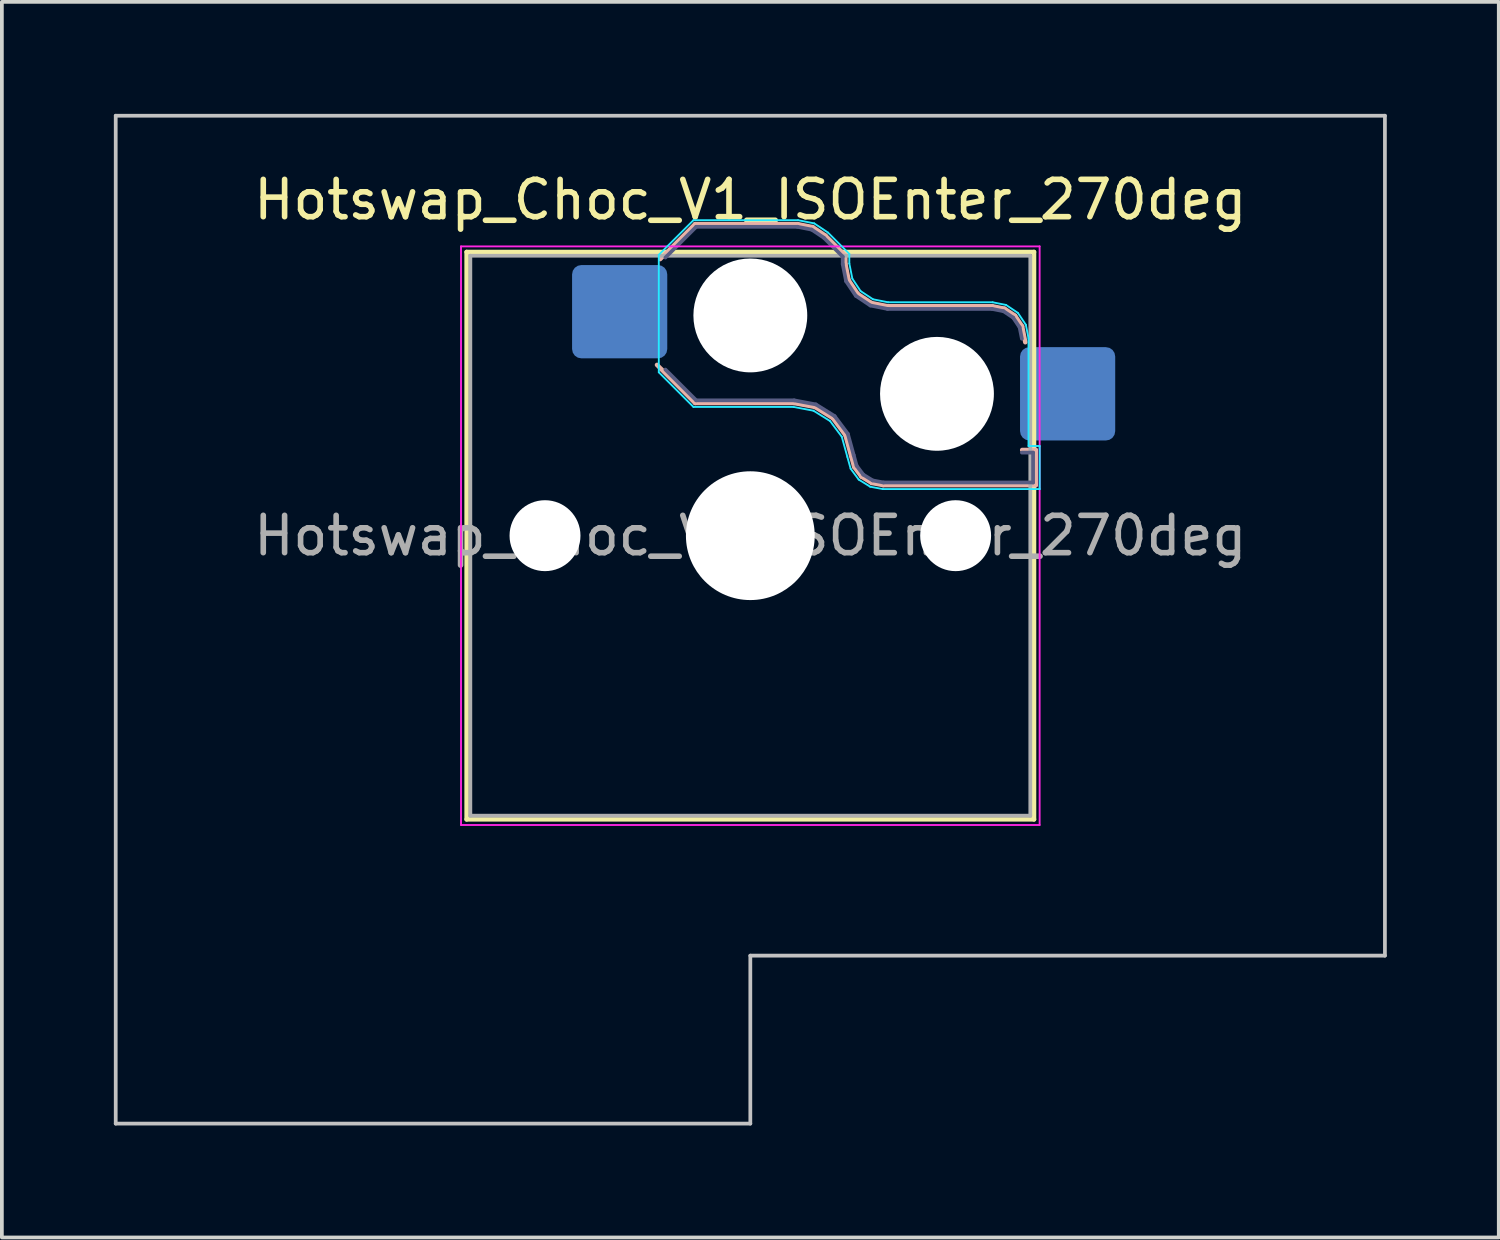
<source format=kicad_pcb>
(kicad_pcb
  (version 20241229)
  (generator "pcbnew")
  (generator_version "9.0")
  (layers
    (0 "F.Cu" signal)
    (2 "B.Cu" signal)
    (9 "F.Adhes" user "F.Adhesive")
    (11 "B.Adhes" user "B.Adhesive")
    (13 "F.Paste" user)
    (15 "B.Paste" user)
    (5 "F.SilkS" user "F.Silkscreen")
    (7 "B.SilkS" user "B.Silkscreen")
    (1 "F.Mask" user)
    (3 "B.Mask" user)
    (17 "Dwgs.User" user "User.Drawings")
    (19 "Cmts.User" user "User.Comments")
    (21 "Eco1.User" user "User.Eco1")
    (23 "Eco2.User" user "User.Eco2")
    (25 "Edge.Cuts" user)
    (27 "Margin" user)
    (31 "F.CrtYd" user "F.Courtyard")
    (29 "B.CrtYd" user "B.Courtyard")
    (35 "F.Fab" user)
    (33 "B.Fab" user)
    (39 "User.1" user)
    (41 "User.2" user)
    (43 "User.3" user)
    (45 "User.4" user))
  (footprint "Hotswap_Choc_V1_ISOEnter_270deg"
    (layer "F.Cu")
    (at 17.05 11.3)
    (property "Reference" "Hotswap_Choc_V1_ISOEnter_270deg" (at 0 -9 0) (layer "F.SilkS") (effects (font (size 1 1) (thickness 0.15))))
    (attr smd)
    (fp_line (start -7.6 -7.6) (end -7.6 7.6) (stroke (width 0.12) (type solid)) (layer "F.SilkS"))
    (fp_line (start -7.6 7.6) (end 7.6 7.6) (stroke (width 0.12) (type solid)) (layer "F.SilkS"))
    (fp_line (start 7.6 -7.6) (end -7.6 -7.6) (stroke (width 0.12) (type solid)) (layer "F.SilkS"))
    (fp_line (start 7.6 7.6) (end 7.6 -7.6) (stroke (width 0.12) (type solid)) (layer "F.SilkS"))
    (fp_line (start -2.416 -7.409) (end -1.479 -8.346) (stroke (width 0.12) (type solid)) (layer "B.SilkS"))
    (fp_line (start -1.479 -8.346) (end 1.268 -8.346) (stroke (width 0.12) (type solid)) (layer "B.SilkS"))
    (fp_line (start -1.479 -3.554) (end -2.5 -4.575) (stroke (width 0.12) (type solid)) (layer "B.SilkS"))
    (fp_line (start 1.168 -3.554) (end -1.479 -3.554) (stroke (width 0.12) (type solid)) (layer "B.SilkS"))
    (fp_line (start 1.268 -8.346) (end 1.671 -8.266) (stroke (width 0.12) (type solid)) (layer "B.SilkS"))
    (fp_line (start 1.671 -8.266) (end 2.013 -8.037) (stroke (width 0.12) (type solid)) (layer "B.SilkS"))
    (fp_line (start 1.73 -3.449) (end 1.168 -3.554) (stroke (width 0.12) (type solid)) (layer "B.SilkS"))
    (fp_line (start 2.013 -8.037) (end 2.546 -7.504) (stroke (width 0.12) (type solid)) (layer "B.SilkS"))
    (fp_line (start 2.209 -3.15) (end 1.73 -3.449) (stroke (width 0.12) (type solid)) (layer "B.SilkS"))
    (fp_line (start 2.546 -7.504) (end 2.546 -7.282) (stroke (width 0.12) (type solid)) (layer "B.SilkS"))
    (fp_line (start 2.546 -7.282) (end 2.633 -6.844) (stroke (width 0.12) (type solid)) (layer "B.SilkS"))
    (fp_line (start 2.547 -2.697) (end 2.209 -3.15) (stroke (width 0.12) (type solid)) (layer "B.SilkS"))
    (fp_line (start 2.633 -6.844) (end 2.877 -6.477) (stroke (width 0.12) (type solid)) (layer "B.SilkS"))
    (fp_line (start 2.701 -2.139) (end 2.547 -2.697) (stroke (width 0.12) (type solid)) (layer "B.SilkS"))
    (fp_line (start 2.783 -1.841) (end 2.701 -2.139) (stroke (width 0.12) (type solid)) (layer "B.SilkS"))
    (fp_line (start 2.877 -6.477) (end 3.244 -6.233) (stroke (width 0.12) (type solid)) (layer "B.SilkS"))
    (fp_line (start 2.976 -1.583) (end 2.783 -1.841) (stroke (width 0.12) (type solid)) (layer "B.SilkS"))
    (fp_line (start 3.244 -6.233) (end 3.682 -6.146) (stroke (width 0.12) (type solid)) (layer "B.SilkS"))
    (fp_line (start 3.25 -1.413) (end 2.976 -1.583) (stroke (width 0.12) (type solid)) (layer "B.SilkS"))
    (fp_line (start 3.56 -1.354) (end 3.25 -1.413) (stroke (width 0.12) (type solid)) (layer "B.SilkS"))
    (fp_line (start 3.682 -6.146) (end 6.482 -6.146) (stroke (width 0.12) (type solid)) (layer "B.SilkS"))
    (fp_line (start 6.482 -6.146) (end 6.809 -6.081) (stroke (width 0.12) (type solid)) (layer "B.SilkS"))
    (fp_line (start 6.809 -6.081) (end 7.092 -5.892) (stroke (width 0.12) (type solid)) (layer "B.SilkS"))
    (fp_line (start 7.092 -5.892) (end 7.281 -5.609) (stroke (width 0.12) (type solid)) (layer "B.SilkS"))
    (fp_line (start 7.281 -5.609) (end 7.366 -5.182) (stroke (width 0.12) (type solid)) (layer "B.SilkS"))
    (fp_line (start 7.283 -2.296) (end 7.646 -2.296) (stroke (width 0.12) (type solid)) (layer "B.SilkS"))
    (fp_line (start 7.646 -2.296) (end 7.646 -1.354) (stroke (width 0.12) (type solid)) (layer "B.SilkS"))
    (fp_line (start 7.646 -1.354) (end 3.56 -1.354) (stroke (width 0.12) (type solid)) (layer "B.SilkS"))
    (fp_line (start -17 -11.25) (end -17 15.75) (stroke (width 0.1) (type solid)) (layer "Dwgs.User"))
    (fp_line (start -17 15.75) (end 0 15.75) (stroke (width 0.1) (type solid)) (layer "Dwgs.User"))
    (fp_line (start 0 11.25) (end 17 11.25) (stroke (width 0.1) (type solid)) (layer "Dwgs.User"))
    (fp_line (start 0 15.75) (end 0 11.25) (stroke (width 0.1) (type solid)) (layer "Dwgs.User"))
    (fp_line (start 17 -11.25) (end -17 -11.25) (stroke (width 0.1) (type solid)) (layer "Dwgs.User"))
    (fp_line (start 17 11.25) (end 17 -11.25) (stroke (width 0.1) (type solid)) (layer "Dwgs.User"))
    (fp_line (start -7.25 -7.25) (end -7.25 7.25) (stroke (width 0.1) (type solid)) (layer "Eco1.User"))
    (fp_line (start -7.25 7.25) (end 7.25 7.25) (stroke (width 0.1) (type solid)) (layer "Eco1.User"))
    (fp_line (start 7.25 -7.25) (end -7.25 -7.25) (stroke (width 0.1) (type solid)) (layer "Eco1.User"))
    (fp_line (start 7.25 7.25) (end 7.25 -7.25) (stroke (width 0.1) (type solid)) (layer "Eco1.User"))
    (fp_line (start -2.452 -7.523) (end -1.523 -8.452) (stroke (width 0.05) (type solid)) (layer "B.CrtYd"))
    (fp_line (start -2.452 -4.377) (end -2.452 -7.523) (stroke (width 0.05) (type solid)) (layer "B.CrtYd"))
    (fp_line (start -1.523 -8.452) (end 1.278 -8.452) (stroke (width 0.05) (type solid)) (layer "B.CrtYd"))
    (fp_line (start -1.523 -3.448) (end -2.452 -4.377) (stroke (width 0.05) (type solid)) (layer "B.CrtYd"))
    (fp_line (start 1.159 -3.448) (end -1.523 -3.448) (stroke (width 0.05) (type solid)) (layer "B.CrtYd"))
    (fp_line (start 1.278 -8.452) (end 1.712 -8.366) (stroke (width 0.05) (type solid)) (layer "B.CrtYd"))
    (fp_line (start 1.691 -3.348) (end 1.159 -3.448) (stroke (width 0.05) (type solid)) (layer "B.CrtYd"))
    (fp_line (start 1.712 -8.366) (end 2.081 -8.119) (stroke (width 0.05) (type solid)) (layer "B.CrtYd"))
    (fp_line (start 2.081 -8.119) (end 2.652 -7.548) (stroke (width 0.05) (type solid)) (layer "B.CrtYd"))
    (fp_line (start 2.136 -3.071) (end 1.691 -3.348) (stroke (width 0.05) (type solid)) (layer "B.CrtYd"))
    (fp_line (start 2.45 -2.65) (end 2.136 -3.071) (stroke (width 0.05) (type solid)) (layer "B.CrtYd"))
    (fp_line (start 2.599 -2.111) (end 2.45 -2.65) (stroke (width 0.05) (type solid)) (layer "B.CrtYd"))
    (fp_line (start 2.652 -7.548) (end 2.652 -7.292) (stroke (width 0.05) (type solid)) (layer "B.CrtYd"))
    (fp_line (start 2.652 -7.292) (end 2.733 -6.885) (stroke (width 0.05) (type solid)) (layer "B.CrtYd"))
    (fp_line (start 2.687 -1.794) (end 2.599 -2.111) (stroke (width 0.05) (type solid)) (layer "B.CrtYd"))
    (fp_line (start 2.733 -6.885) (end 2.953 -6.553) (stroke (width 0.05) (type solid)) (layer "B.CrtYd"))
    (fp_line (start 2.903 -1.503) (end 2.687 -1.794) (stroke (width 0.05) (type solid)) (layer "B.CrtYd"))
    (fp_line (start 2.953 -6.553) (end 3.285 -6.333) (stroke (width 0.05) (type solid)) (layer "B.CrtYd"))
    (fp_line (start 3.211 -1.312) (end 2.903 -1.503) (stroke (width 0.05) (type solid)) (layer "B.CrtYd"))
    (fp_line (start 3.285 -6.333) (end 3.692 -6.252) (stroke (width 0.05) (type solid)) (layer "B.CrtYd"))
    (fp_line (start 3.55 -1.248) (end 3.211 -1.312) (stroke (width 0.05) (type solid)) (layer "B.CrtYd"))
    (fp_line (start 3.692 -6.252) (end 6.492 -6.252) (stroke (width 0.05) (type solid)) (layer "B.CrtYd"))
    (fp_line (start 6.492 -6.252) (end 6.85 -6.181) (stroke (width 0.05) (type solid)) (layer "B.CrtYd"))
    (fp_line (start 6.85 -6.181) (end 7.168 -5.968) (stroke (width 0.05) (type solid)) (layer "B.CrtYd"))
    (fp_line (start 7.168 -5.968) (end 7.381 -5.65) (stroke (width 0.05) (type solid)) (layer "B.CrtYd"))
    (fp_line (start 7.381 -5.65) (end 7.452 -5.292) (stroke (width 0.05) (type solid)) (layer "B.CrtYd"))
    (fp_line (start 7.452 -5.292) (end 7.452 -2.402) (stroke (width 0.05) (type solid)) (layer "B.CrtYd"))
    (fp_line (start 7.452 -2.402) (end 7.752 -2.402) (stroke (width 0.05) (type solid)) (layer "B.CrtYd"))
    (fp_line (start 7.752 -2.402) (end 7.752 -1.248) (stroke (width 0.05) (type solid)) (layer "B.CrtYd"))
    (fp_line (start 7.752 -1.248) (end 3.55 -1.248) (stroke (width 0.05) (type solid)) (layer "B.CrtYd"))
    (fp_line (start -7.75 -7.75) (end -7.75 7.75) (stroke (width 0.05) (type solid)) (layer "F.CrtYd"))
    (fp_line (start -7.75 7.75) (end 7.75 7.75) (stroke (width 0.05) (type solid)) (layer "F.CrtYd"))
    (fp_line (start 7.75 -7.75) (end -7.75 -7.75) (stroke (width 0.05) (type solid)) (layer "F.CrtYd"))
    (fp_line (start 7.75 7.75) (end 7.75 -7.75) (stroke (width 0.05) (type solid)) (layer "F.CrtYd"))
    (fp_line (start -2.275 -7.45) (end -1.45 -8.275) (stroke (width 0.1) (type solid)) (layer "B.Fab"))
    (fp_line (start -1.45 -8.275) (end 1.261 -8.275) (stroke (width 0.1) (type solid)) (layer "B.Fab"))
    (fp_line (start -1.45 -3.625) (end -2.275 -4.45) (stroke (width 0.1) (type solid)) (layer "B.Fab"))
    (fp_line (start 1.175 -3.625) (end -1.45 -3.625) (stroke (width 0.1) (type solid)) (layer "B.Fab"))
    (fp_line (start 1.261 -8.275) (end 1.643 -8.199) (stroke (width 0.1) (type solid)) (layer "B.Fab"))
    (fp_line (start 1.643 -8.199) (end 1.968 -7.982) (stroke (width 0.1) (type solid)) (layer "B.Fab"))
    (fp_line (start 1.756 -3.516) (end 1.175 -3.625) (stroke (width 0.1) (type solid)) (layer "B.Fab"))
    (fp_line (start 1.968 -7.982) (end 2.475 -7.475) (stroke (width 0.1) (type solid)) (layer "B.Fab"))
    (fp_line (start 2.258 -3.203) (end 1.756 -3.516) (stroke (width 0.1) (type solid)) (layer "B.Fab"))
    (fp_line (start 2.475 -7.475) (end 2.475 -7.275) (stroke (width 0.1) (type solid)) (layer "B.Fab"))
    (fp_line (start 2.475 -7.275) (end 2.566 -6.816) (stroke (width 0.1) (type solid)) (layer "B.Fab"))
    (fp_line (start 2.566 -6.816) (end 2.826 -6.426) (stroke (width 0.1) (type solid)) (layer "B.Fab"))
    (fp_line (start 2.612 -2.729) (end 2.258 -3.203) (stroke (width 0.1) (type solid)) (layer "B.Fab"))
    (fp_line (start 2.769 -2.158) (end 2.612 -2.729) (stroke (width 0.1) (type solid)) (layer "B.Fab"))
    (fp_line (start 2.826 -6.426) (end 3.216 -6.166) (stroke (width 0.1) (type solid)) (layer "B.Fab"))
    (fp_line (start 2.848 -1.873) (end 2.769 -2.158) (stroke (width 0.1) (type solid)) (layer "B.Fab"))
    (fp_line (start 3.025 -1.636) (end 2.848 -1.873) (stroke (width 0.1) (type solid)) (layer "B.Fab"))
    (fp_line (start 3.216 -6.166) (end 3.675 -6.075) (stroke (width 0.1) (type solid)) (layer "B.Fab"))
    (fp_line (start 3.276 -1.48) (end 3.025 -1.636) (stroke (width 0.1) (type solid)) (layer "B.Fab"))
    (fp_line (start 3.567 -1.425) (end 3.276 -1.48) (stroke (width 0.1) (type solid)) (layer "B.Fab"))
    (fp_line (start 3.675 -6.075) (end 6.475 -6.075) (stroke (width 0.1) (type solid)) (layer "B.Fab"))
    (fp_line (start 6.475 -6.075) (end 6.781 -6.014) (stroke (width 0.1) (type solid)) (layer "B.Fab"))
    (fp_line (start 6.781 -6.014) (end 7.041 -5.841) (stroke (width 0.1) (type solid)) (layer "B.Fab"))
    (fp_line (start 7.041 -5.841) (end 7.214 -5.581) (stroke (width 0.1) (type solid)) (layer "B.Fab"))
    (fp_line (start 7.214 -5.581) (end 7.275 -5.275) (stroke (width 0.1) (type solid)) (layer "B.Fab"))
    (fp_line (start 7.275 -2.225) (end 7.575 -2.225) (stroke (width 0.1) (type solid)) (layer "B.Fab"))
    (fp_line (start 7.575 -2.225) (end 7.575 -1.425) (stroke (width 0.1) (type solid)) (layer "B.Fab"))
    (fp_line (start 7.575 -1.425) (end 3.567 -1.425) (stroke (width 0.1) (type solid)) (layer "B.Fab"))
    (fp_line (start -7.5 -7.5) (end -7.5 7.5) (stroke (width 0.1) (type solid)) (layer "F.Fab"))
    (fp_line (start -7.5 7.5) (end 7.5 7.5) (stroke (width 0.1) (type solid)) (layer "F.Fab"))
    (fp_line (start 7.5 -7.5) (end -7.5 -7.5) (stroke (width 0.1) (type solid)) (layer "F.Fab"))
    (fp_line (start 7.5 7.5) (end 7.5 -7.5) (stroke (width 0.1) (type solid)) (layer "F.Fab"))
    (fp_text user "${REFERENCE}" (at 0 0 0) (layer "F.Fab") (effects (font (size 1 1) (thickness 0.15))))
    (pad "" np_thru_hole circle (at -5.5 0) (size 1.9 1.9) (drill 1.9) (layers "*.Cu" "*.Mask"))
    (pad "" np_thru_hole circle (at 0 -5.9) (size 3.05 3.05) (drill 3.05) (layers "*.Cu" "*.Mask"))
    (pad "" np_thru_hole circle (at 0 0) (size 3.45 3.45) (drill 3.45) (layers "*.Cu" "*.Mask"))
    (pad "" np_thru_hole circle (at 5 -3.8) (size 3.05 3.05) (drill 3.05) (layers "*.Cu" "*.Mask"))
    (pad "" np_thru_hole circle (at 5.5 0) (size 1.9 1.9) (drill 1.9) (layers "*.Cu" "*.Mask"))
    (pad "1" smd roundrect (at -3.5 -6) (size 2.55 2.5) (layers "B.Cu" "B.Mask" "B.Paste") (roundrect_rratio 0.1))
    (pad "2" smd roundrect (at 8.5 -3.8) (size 2.55 2.5) (layers "B.Cu" "B.Mask" "B.Paste") (roundrect_rratio 0.1)))
  (gr_rect
    (start -3 -3)
    (end 37.1 30.1)
    (stroke (width 0.1) (type default))
    (fill no)
    (layer "Edge.Cuts")))
</source>
